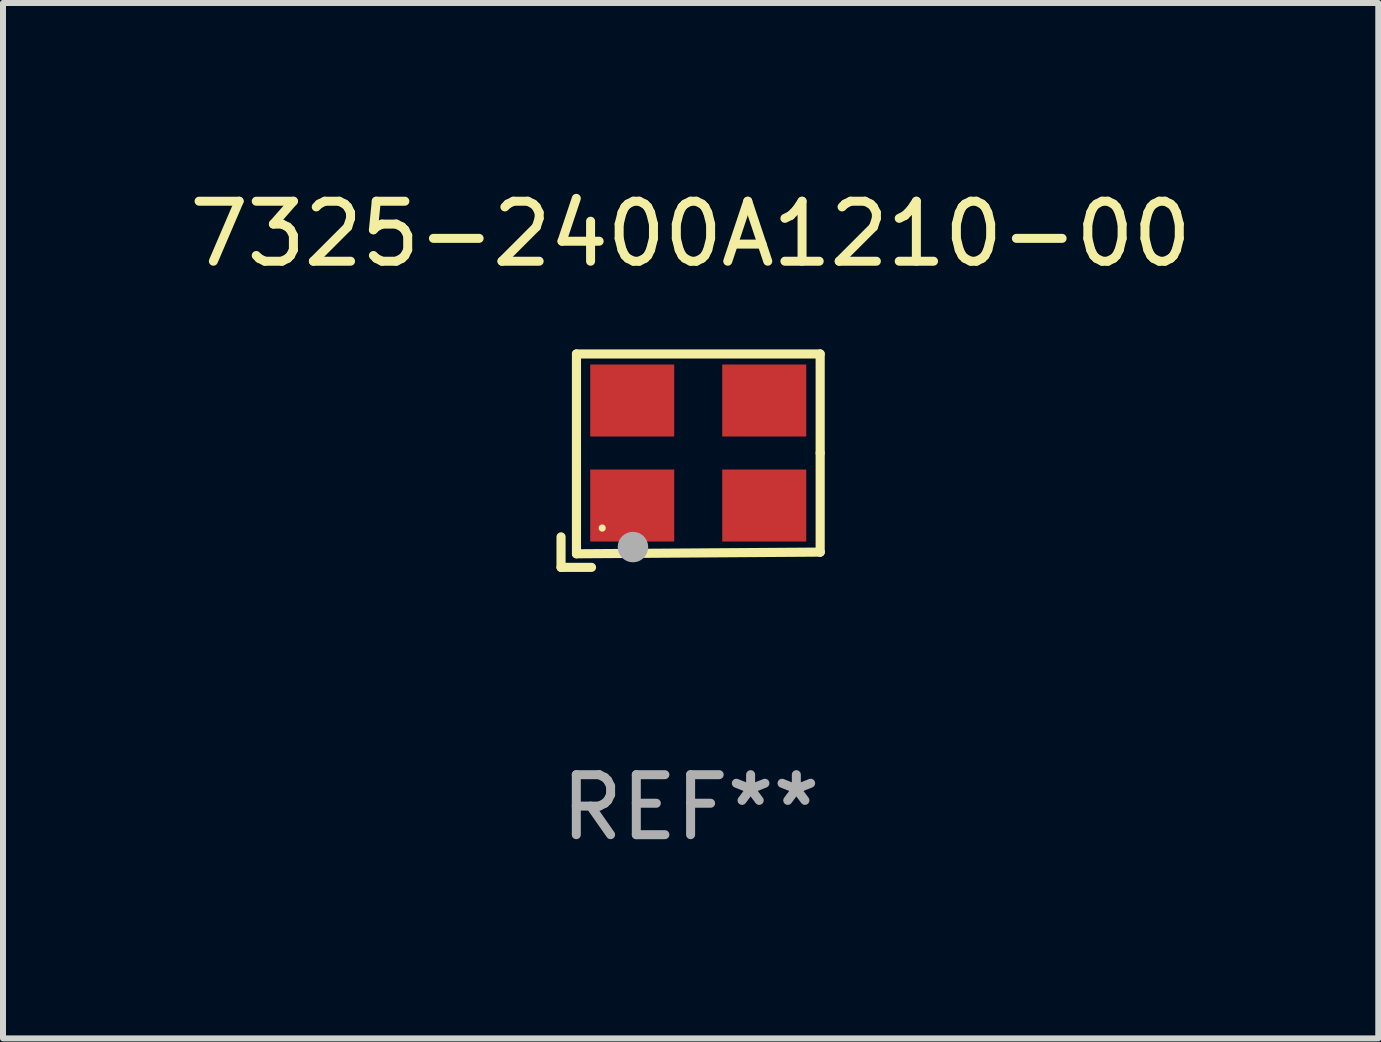
<source format=kicad_pcb>
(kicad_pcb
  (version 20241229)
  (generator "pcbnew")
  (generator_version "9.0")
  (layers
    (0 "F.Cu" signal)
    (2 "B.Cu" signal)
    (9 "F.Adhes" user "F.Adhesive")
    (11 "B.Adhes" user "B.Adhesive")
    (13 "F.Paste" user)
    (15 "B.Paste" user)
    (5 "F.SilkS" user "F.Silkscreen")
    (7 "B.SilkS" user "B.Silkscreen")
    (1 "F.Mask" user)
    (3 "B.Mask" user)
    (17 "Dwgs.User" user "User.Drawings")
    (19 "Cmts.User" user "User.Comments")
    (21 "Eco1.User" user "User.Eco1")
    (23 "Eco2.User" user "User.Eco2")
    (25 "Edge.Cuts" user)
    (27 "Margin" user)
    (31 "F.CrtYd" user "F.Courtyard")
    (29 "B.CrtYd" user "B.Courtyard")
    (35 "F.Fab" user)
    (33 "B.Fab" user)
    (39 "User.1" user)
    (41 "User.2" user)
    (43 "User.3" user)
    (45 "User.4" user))
  (footprint "7325-2400A1210-00"
    (layer "F.Cu")
    (at 8.458 4.626)
    (property "Reference" "7325-2400A1210-00" (at 0 -3.778 0) (layer "F.SilkS") (effects (font (size 1 1) (thickness 0.15))))
    (attr through_hole)
    (fp_line (start -2.159 1.27) (end -2.159 1.778) (stroke (width 0.152) (type solid)) (layer "F.SilkS"))
    (fp_line (start -2.159 1.778) (end -1.651 1.778) (stroke (width 0.152) (type solid)) (layer "F.SilkS"))
    (fp_line (start -1.902 -1.778) (end 2.159 -1.778) (stroke (width 0.152) (type solid)) (layer "F.SilkS"))
    (fp_line (start -1.902 1.552) (end -1.902 -1.778) (stroke (width 0.152) (type solid)) (layer "F.SilkS"))
    (fp_line (start 2.159 -1.778) (end 2.159 -0.127) (stroke (width 0.152) (type solid)) (layer "F.SilkS"))
    (fp_line (start 2.159 -0.127) (end 2.159 1.524) (stroke (width 0.152) (type solid)) (layer "F.SilkS"))
    (fp_line (start 2.159 1.524) (end -1.902 1.552) (stroke (width 0.152) (type solid)) (layer "F.SilkS"))
    (fp_line (start 2.159 1.524) (end 2.159 1.524) (stroke (width 0.152) (type solid)) (layer "F.SilkS"))
    (fp_circle (center -1.473 1.123) (end -1.443 1.123) (stroke (width 0.06) (type solid)) (fill no) (layer "F.SilkS"))
    (fp_circle (center -0.961 1.44) (end -0.834 1.44) (stroke (width 0.254) (type solid)) (fill no) (layer "F.Fab"))
    (fp_text user "REF**" (at 0 5.778 0) (layer "F.Fab") (effects (font (size 1 1) (thickness 0.15))))
    (pad "1" smd rect (at -0.973 0.748) (size 1.4 1.2) (layers "F.Cu" "F.Mask" "F.Paste"))
    (pad "2" smd rect (at 1.227 0.748) (size 1.4 1.2) (layers "F.Cu" "F.Mask" "F.Paste"))
    (pad "3" smd rect (at 1.227 -1.002) (size 1.4 1.2) (layers "F.Cu" "F.Mask" "F.Paste"))
    (pad "4" smd rect (at -0.973 -1.002) (size 1.4 1.2) (layers "F.Cu" "F.Mask" "F.Paste")))
  (gr_rect
    (start -3 -3)
    (end 19.917 14.253)
    (stroke (width 0.1) (type default))
    (fill no)
    (layer "Edge.Cuts")))
</source>
